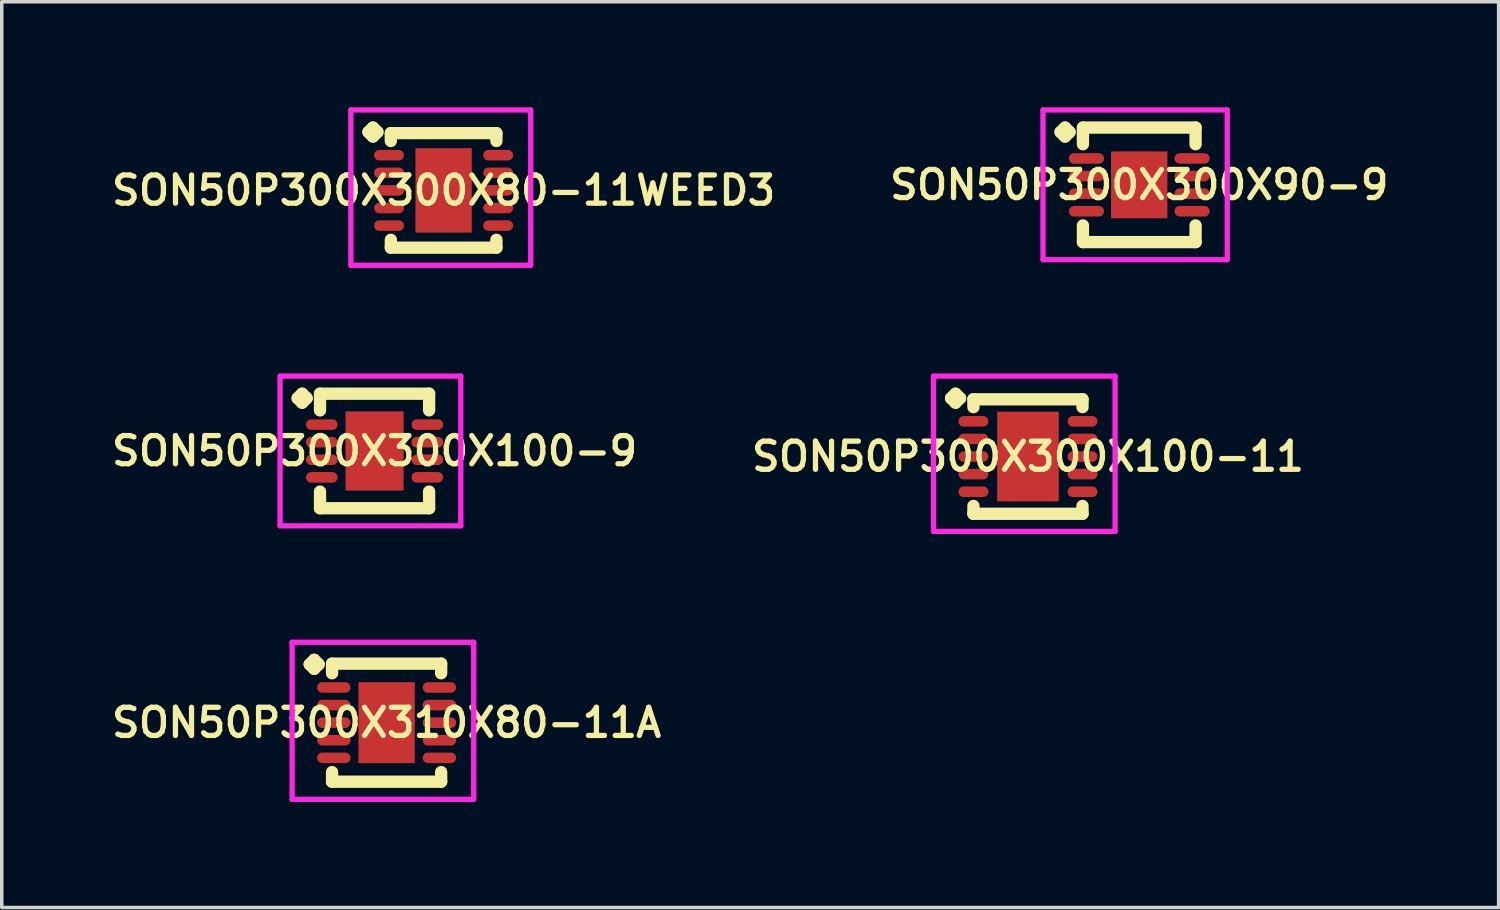
<source format=kicad_pcb>
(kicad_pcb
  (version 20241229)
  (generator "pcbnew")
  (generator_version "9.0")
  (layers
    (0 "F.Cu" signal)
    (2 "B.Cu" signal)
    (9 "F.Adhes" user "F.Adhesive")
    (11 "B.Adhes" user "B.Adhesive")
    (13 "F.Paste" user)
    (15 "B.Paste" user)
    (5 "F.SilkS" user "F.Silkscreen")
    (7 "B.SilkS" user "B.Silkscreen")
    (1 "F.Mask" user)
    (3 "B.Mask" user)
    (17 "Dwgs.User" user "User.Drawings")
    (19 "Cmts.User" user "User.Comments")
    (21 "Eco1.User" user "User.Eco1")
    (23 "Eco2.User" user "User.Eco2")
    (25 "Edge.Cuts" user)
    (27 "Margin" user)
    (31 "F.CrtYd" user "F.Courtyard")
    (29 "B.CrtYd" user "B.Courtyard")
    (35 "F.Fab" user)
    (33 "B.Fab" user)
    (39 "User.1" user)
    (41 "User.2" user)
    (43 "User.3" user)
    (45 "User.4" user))
  (footprint "SON50P300X300X100-11"
    (layer "F.Cu")
    (at 26.159 9.922)
    (property "Reference" "SON50P300X300X100-11" (at 0 0 0) (layer "F.SilkS") (effects (font (size 0.8 0.8) (thickness 0.15))))
    (attr through_hole)
    (fp_line (start -2.185 -1.658) (end -2.058 -1.785) (stroke (width 0.35) (type solid)) (layer "F.SilkS"))
    (fp_line (start -2.058 -1.785) (end -1.931 -1.658) (stroke (width 0.35) (type solid)) (layer "F.SilkS"))
    (fp_line (start -2.058 -1.531) (end -2.185 -1.658) (stroke (width 0.35) (type solid)) (layer "F.SilkS"))
    (fp_line (start -1.931 -1.658) (end -2.058 -1.531) (stroke (width 0.35) (type solid)) (layer "F.SilkS"))
    (fp_line (start -1.55 -1.627) (end 1.55 -1.627) (stroke (width 0.35) (type solid)) (layer "F.SilkS"))
    (fp_line (start -1.55 -1.404) (end -1.55 -1.627) (stroke (width 0.35) (type solid)) (layer "F.SilkS"))
    (fp_line (start -1.55 1.404) (end -1.55 1.627) (stroke (width 0.35) (type solid)) (layer "F.SilkS"))
    (fp_line (start -1.55 1.627) (end 1.55 1.627) (stroke (width 0.35) (type solid)) (layer "F.SilkS"))
    (fp_line (start 1.55 -1.627) (end 1.55 -1.404) (stroke (width 0.35) (type solid)) (layer "F.SilkS"))
    (fp_line (start 1.55 1.627) (end 1.55 1.404) (stroke (width 0.35) (type solid)) (layer "F.SilkS"))
    (fp_line (start -2.685 -2.285) (end 2.475 -2.285) (stroke (width 0.15) (type solid)) (layer "F.CrtYd"))
    (fp_line (start -2.685 2.127) (end -2.685 -2.285) (stroke (width 0.15) (type solid)) (layer "F.CrtYd"))
    (fp_line (start 2.475 -2.285) (end 2.475 2.127) (stroke (width 0.15) (type solid)) (layer "F.CrtYd"))
    (fp_line (start 2.475 2.127) (end -2.685 2.127) (stroke (width 0.15) (type solid)) (layer "F.CrtYd"))
    (pad "1" smd oval (at -1.55 -1) (size 0.85 0.3) (layers "F.Cu" "F.Mask" "F.Paste"))
    (pad "2" smd oval (at -1.55 -0.5) (size 0.85 0.3) (layers "F.Cu" "F.Mask" "F.Paste"))
    (pad "3" smd oval (at -1.55 0) (size 0.85 0.3) (layers "F.Cu" "F.Mask" "F.Paste"))
    (pad "4" smd oval (at -1.55 0.5) (size 0.85 0.3) (layers "F.Cu" "F.Mask" "F.Paste"))
    (pad "5" smd oval (at -1.55 1) (size 0.85 0.3) (layers "F.Cu" "F.Mask" "F.Paste"))
    (pad "6" smd oval (at 1.55 1) (size 0.85 0.3) (layers "F.Cu" "F.Mask" "F.Paste"))
    (pad "7" smd oval (at 1.55 0.5) (size 0.85 0.3) (layers "F.Cu" "F.Mask" "F.Paste"))
    (pad "8" smd oval (at 1.55 0) (size 0.85 0.3) (layers "F.Cu" "F.Mask" "F.Paste"))
    (pad "9" smd oval (at 1.55 -0.5) (size 0.85 0.3) (layers "F.Cu" "F.Mask" "F.Paste"))
    (pad "10" smd oval (at 1.55 -1) (size 0.85 0.3) (layers "F.Cu" "F.Mask" "F.Paste"))
    (pad "11" smd rect (at 0 0) (size 1.75 2.55) (layers "F.Cu" "F.Mask" "F.Paste")))
  (footprint "SON50P300X300X80-11WEED3"
    (layer "F.Cu")
    (at 9.555 2.36)
    (property "Reference" "SON50P300X300X80-11WEED3" (at 0 0 0) (layer "F.SilkS") (effects (font (size 0.8 0.8) (thickness 0.15))))
    (attr smd)
    (fp_line (start -2.135 -1.658) (end -2.008 -1.785) (stroke (width 0.35) (type solid)) (layer "F.SilkS"))
    (fp_line (start -2.008 -1.785) (end -1.881 -1.658) (stroke (width 0.35) (type solid)) (layer "F.SilkS"))
    (fp_line (start -2.008 -1.531) (end -2.135 -1.658) (stroke (width 0.35) (type solid)) (layer "F.SilkS"))
    (fp_line (start -1.881 -1.658) (end -2.008 -1.531) (stroke (width 0.35) (type solid)) (layer "F.SilkS"))
    (fp_line (start -1.5 -1.627) (end 1.5 -1.627) (stroke (width 0.35) (type solid)) (layer "F.SilkS"))
    (fp_line (start -1.5 -1.404) (end -1.5 -1.627) (stroke (width 0.35) (type solid)) (layer "F.SilkS"))
    (fp_line (start -1.5 1.404) (end -1.5 1.627) (stroke (width 0.35) (type solid)) (layer "F.SilkS"))
    (fp_line (start -1.5 1.627) (end 1.5 1.627) (stroke (width 0.35) (type solid)) (layer "F.SilkS"))
    (fp_line (start 1.5 -1.627) (end 1.5 -1.404) (stroke (width 0.35) (type solid)) (layer "F.SilkS"))
    (fp_line (start 1.5 1.627) (end 1.5 1.404) (stroke (width 0.35) (type solid)) (layer "F.SilkS"))
    (fp_line (start -2.635 -2.285) (end 2.475 -2.285) (stroke (width 0.15) (type solid)) (layer "F.CrtYd"))
    (fp_line (start -2.635 2.127) (end -2.635 -2.285) (stroke (width 0.15) (type solid)) (layer "F.CrtYd"))
    (fp_line (start 2.475 -2.285) (end 2.475 2.127) (stroke (width 0.15) (type solid)) (layer "F.CrtYd"))
    (fp_line (start 2.475 2.127) (end -2.635 2.127) (stroke (width 0.15) (type solid)) (layer "F.CrtYd"))
    (pad "1" smd oval (at -1.55 -1) (size 0.85 0.3) (layers "F.Cu" "F.Mask" "F.Paste"))
    (pad "2" smd oval (at -1.55 -0.5) (size 0.85 0.3) (layers "F.Cu" "F.Mask" "F.Paste"))
    (pad "3" smd oval (at -1.55 0) (size 0.85 0.3) (layers "F.Cu" "F.Mask" "F.Paste"))
    (pad "4" smd oval (at -1.55 0.5) (size 0.85 0.3) (layers "F.Cu" "F.Mask" "F.Paste"))
    (pad "5" smd oval (at -1.55 1) (size 0.85 0.3) (layers "F.Cu" "F.Mask" "F.Paste"))
    (pad "6" smd oval (at 1.55 1) (size 0.85 0.3) (layers "F.Cu" "F.Mask" "F.Paste"))
    (pad "7" smd oval (at 1.55 0.5) (size 0.85 0.3) (layers "F.Cu" "F.Mask" "F.Paste"))
    (pad "8" smd oval (at 1.55 0) (size 0.85 0.3) (layers "F.Cu" "F.Mask" "F.Paste"))
    (pad "9" smd oval (at 1.55 -0.5) (size 0.85 0.3) (layers "F.Cu" "F.Mask" "F.Paste"))
    (pad "10" smd oval (at 1.55 -1) (size 0.85 0.3) (layers "F.Cu" "F.Mask" "F.Paste"))
    (pad "11" smd rect (at 0 0) (size 1.6 2.4) (layers "F.Cu" "F.Mask" "F.Paste")))
  (footprint "SON50P300X310X80-11A"
    (layer "F.Cu")
    (at 7.935 17.484)
    (property "Reference" "SON50P300X310X80-11A" (at 0 0 0) (layer "F.SilkS") (effects (font (size 0.8 0.8) (thickness 0.15))))
    (attr smd)
    (fp_line (start -2.185 -1.658) (end -2.058 -1.785) (stroke (width 0.35) (type solid)) (layer "F.SilkS"))
    (fp_line (start -2.058 -1.785) (end -1.931 -1.658) (stroke (width 0.35) (type solid)) (layer "F.SilkS"))
    (fp_line (start -2.058 -1.531) (end -2.185 -1.658) (stroke (width 0.35) (type solid)) (layer "F.SilkS"))
    (fp_line (start -1.931 -1.658) (end -2.058 -1.531) (stroke (width 0.35) (type solid)) (layer "F.SilkS"))
    (fp_line (start -1.55 -1.677) (end 1.55 -1.677) (stroke (width 0.35) (type solid)) (layer "F.SilkS"))
    (fp_line (start -1.55 -1.404) (end -1.55 -1.677) (stroke (width 0.35) (type solid)) (layer "F.SilkS"))
    (fp_line (start -1.55 1.404) (end -1.55 1.677) (stroke (width 0.35) (type solid)) (layer "F.SilkS"))
    (fp_line (start -1.55 1.677) (end 1.55 1.677) (stroke (width 0.35) (type solid)) (layer "F.SilkS"))
    (fp_line (start 1.55 -1.677) (end 1.55 -1.404) (stroke (width 0.35) (type solid)) (layer "F.SilkS"))
    (fp_line (start 1.55 1.677) (end 1.55 1.404) (stroke (width 0.35) (type solid)) (layer "F.SilkS"))
    (fp_line (start -2.685 -2.285) (end 2.475 -2.285) (stroke (width 0.15) (type solid)) (layer "F.CrtYd"))
    (fp_line (start -2.685 2.177) (end -2.685 -2.285) (stroke (width 0.15) (type solid)) (layer "F.CrtYd"))
    (fp_line (start 2.475 -2.285) (end 2.475 2.177) (stroke (width 0.15) (type solid)) (layer "F.CrtYd"))
    (fp_line (start 2.475 2.177) (end -2.685 2.177) (stroke (width 0.15) (type solid)) (layer "F.CrtYd"))
    (pad "1" smd oval (at -1.5 -1) (size 0.95 0.3) (layers "F.Cu" "F.Mask" "F.Paste"))
    (pad "2" smd oval (at -1.5 -0.5) (size 0.95 0.3) (layers "F.Cu" "F.Mask" "F.Paste"))
    (pad "3" smd oval (at -1.5 0) (size 0.95 0.3) (layers "F.Cu" "F.Mask" "F.Paste"))
    (pad "4" smd oval (at -1.5 0.5) (size 0.95 0.3) (layers "F.Cu" "F.Mask" "F.Paste"))
    (pad "5" smd oval (at -1.5 1) (size 0.95 0.3) (layers "F.Cu" "F.Mask" "F.Paste"))
    (pad "6" smd oval (at 1.5 1) (size 0.95 0.3) (layers "F.Cu" "F.Mask" "F.Paste"))
    (pad "7" smd oval (at 1.5 0.5) (size 0.95 0.3) (layers "F.Cu" "F.Mask" "F.Paste"))
    (pad "8" smd oval (at 1.5 0) (size 0.95 0.3) (layers "F.Cu" "F.Mask" "F.Paste"))
    (pad "9" smd oval (at 1.5 -0.5) (size 0.95 0.3) (layers "F.Cu" "F.Mask" "F.Paste"))
    (pad "10" smd oval (at 1.5 -1) (size 0.95 0.3) (layers "F.Cu" "F.Mask" "F.Paste"))
    (pad "11" smd rect (at 0 0) (size 1.6 2.3) (layers "F.Cu" "F.Mask" "F.Paste")))
  (footprint "SON50P300X300X100-9"
    (layer "F.Cu")
    (at 7.593 9.764)
    (property "Reference" "SON50P300X300X100-9" (at 0 0 0) (layer "F.SilkS") (effects (font (size 0.8 0.8) (thickness 0.15))))
    (attr smd)
    (fp_line (start -2.185 -1.5) (end -2.058 -1.627) (stroke (width 0.35) (type solid)) (layer "F.SilkS"))
    (fp_line (start -2.058 -1.627) (end -1.931 -1.5) (stroke (width 0.35) (type solid)) (layer "F.SilkS"))
    (fp_line (start -2.058 -1.373) (end -2.185 -1.5) (stroke (width 0.35) (type solid)) (layer "F.SilkS"))
    (fp_line (start -1.931 -1.5) (end -2.058 -1.373) (stroke (width 0.35) (type solid)) (layer "F.SilkS"))
    (fp_line (start -1.55 -1.627) (end 1.55 -1.627) (stroke (width 0.35) (type solid)) (layer "F.SilkS"))
    (fp_line (start -1.55 -1.154) (end -1.55 -1.627) (stroke (width 0.35) (type solid)) (layer "F.SilkS"))
    (fp_line (start -1.55 1.154) (end -1.55 1.627) (stroke (width 0.35) (type solid)) (layer "F.SilkS"))
    (fp_line (start -1.55 1.627) (end 1.55 1.627) (stroke (width 0.35) (type solid)) (layer "F.SilkS"))
    (fp_line (start 1.55 -1.627) (end 1.55 -1.154) (stroke (width 0.35) (type solid)) (layer "F.SilkS"))
    (fp_line (start 1.55 1.627) (end 1.55 1.154) (stroke (width 0.35) (type solid)) (layer "F.SilkS"))
    (fp_line (start -2.685 -2.127) (end 2.45 -2.127) (stroke (width 0.15) (type solid)) (layer "F.CrtYd"))
    (fp_line (start -2.685 2.127) (end -2.685 -2.127) (stroke (width 0.15) (type solid)) (layer "F.CrtYd"))
    (fp_line (start 2.45 -2.127) (end 2.45 2.127) (stroke (width 0.15) (type solid)) (layer "F.CrtYd"))
    (fp_line (start 2.45 2.127) (end -2.685 2.127) (stroke (width 0.15) (type solid)) (layer "F.CrtYd"))
    (pad "1" smd oval (at -1.5 -0.75) (size 0.9 0.3) (layers "F.Cu" "F.Mask" "F.Paste"))
    (pad "2" smd oval (at -1.5 -0.25) (size 0.9 0.3) (layers "F.Cu" "F.Mask" "F.Paste"))
    (pad "3" smd oval (at -1.5 0.25) (size 0.9 0.3) (layers "F.Cu" "F.Mask" "F.Paste"))
    (pad "4" smd oval (at -1.5 0.75) (size 0.9 0.3) (layers "F.Cu" "F.Mask" "F.Paste"))
    (pad "5" smd oval (at 1.5 0.75) (size 0.9 0.3) (layers "F.Cu" "F.Mask" "F.Paste"))
    (pad "6" smd oval (at 1.5 0.25) (size 0.9 0.3) (layers "F.Cu" "F.Mask" "F.Paste"))
    (pad "7" smd oval (at 1.5 -0.25) (size 0.9 0.3) (layers "F.Cu" "F.Mask" "F.Paste"))
    (pad "8" smd oval (at 1.5 -0.75) (size 0.9 0.3) (layers "F.Cu" "F.Mask" "F.Paste"))
    (pad "9" smd rect (at 0 0) (size 1.65 2.25) (layers "F.Cu" "F.Mask" "F.Paste")))
  (footprint "SON50P300X300X90-9"
    (layer "F.Cu")
    (at 29.321 2.202)
    (property "Reference" "SON50P300X300X90-9" (at 0 0 0) (layer "F.SilkS") (effects (font (size 0.8 0.8) (thickness 0.15))))
    (attr smd)
    (fp_line (start -2.235 -1.5) (end -2.108 -1.627) (stroke (width 0.35) (type solid)) (layer "F.SilkS"))
    (fp_line (start -2.108 -1.627) (end -1.981 -1.5) (stroke (width 0.35) (type solid)) (layer "F.SilkS"))
    (fp_line (start -2.108 -1.373) (end -2.235 -1.5) (stroke (width 0.35) (type solid)) (layer "F.SilkS"))
    (fp_line (start -1.981 -1.5) (end -2.108 -1.373) (stroke (width 0.35) (type solid)) (layer "F.SilkS"))
    (fp_line (start -1.6 -1.627) (end 1.6 -1.627) (stroke (width 0.35) (type solid)) (layer "F.SilkS"))
    (fp_line (start -1.6 -1.154) (end -1.6 -1.627) (stroke (width 0.35) (type solid)) (layer "F.SilkS"))
    (fp_line (start -1.6 1.154) (end -1.6 1.627) (stroke (width 0.35) (type solid)) (layer "F.SilkS"))
    (fp_line (start -1.6 1.627) (end 1.6 1.627) (stroke (width 0.35) (type solid)) (layer "F.SilkS"))
    (fp_line (start 1.6 -1.627) (end 1.6 -1.154) (stroke (width 0.35) (type solid)) (layer "F.SilkS"))
    (fp_line (start 1.6 1.627) (end 1.6 1.154) (stroke (width 0.35) (type solid)) (layer "F.SilkS"))
    (fp_line (start -2.735 -2.127) (end 2.5 -2.127) (stroke (width 0.15) (type solid)) (layer "F.CrtYd"))
    (fp_line (start -2.735 2.127) (end -2.735 -2.127) (stroke (width 0.15) (type solid)) (layer "F.CrtYd"))
    (fp_line (start 2.5 -2.127) (end 2.5 2.127) (stroke (width 0.15) (type solid)) (layer "F.CrtYd"))
    (fp_line (start 2.5 2.127) (end -2.735 2.127) (stroke (width 0.15) (type solid)) (layer "F.CrtYd"))
    (pad "1" smd oval (at -1.5 -0.75) (size 1 0.3) (layers "F.Cu" "F.Mask" "F.Paste"))
    (pad "2" smd oval (at -1.5 -0.25) (size 1 0.3) (layers "F.Cu" "F.Mask" "F.Paste"))
    (pad "3" smd oval (at -1.5 0.25) (size 1 0.3) (layers "F.Cu" "F.Mask" "F.Paste"))
    (pad "4" smd oval (at -1.5 0.75) (size 1 0.3) (layers "F.Cu" "F.Mask" "F.Paste"))
    (pad "5" smd oval (at 1.5 0.75) (size 1 0.3) (layers "F.Cu" "F.Mask" "F.Paste"))
    (pad "6" smd oval (at 1.5 0.25) (size 1 0.3) (layers "F.Cu" "F.Mask" "F.Paste"))
    (pad "7" smd oval (at 1.5 -0.25) (size 1 0.3) (layers "F.Cu" "F.Mask" "F.Paste"))
    (pad "8" smd oval (at 1.5 -0.75) (size 1 0.3) (layers "F.Cu" "F.Mask" "F.Paste"))
    (pad "9" smd rect (at 0 0) (size 1.6 1.9) (layers "F.Cu" "F.Mask" "F.Paste")))
  (gr_rect
    (start -3 -3)
    (end 39.532 22.736)
    (stroke (width 0.1) (type default))
    (fill no)
    (layer "Edge.Cuts")))
</source>
